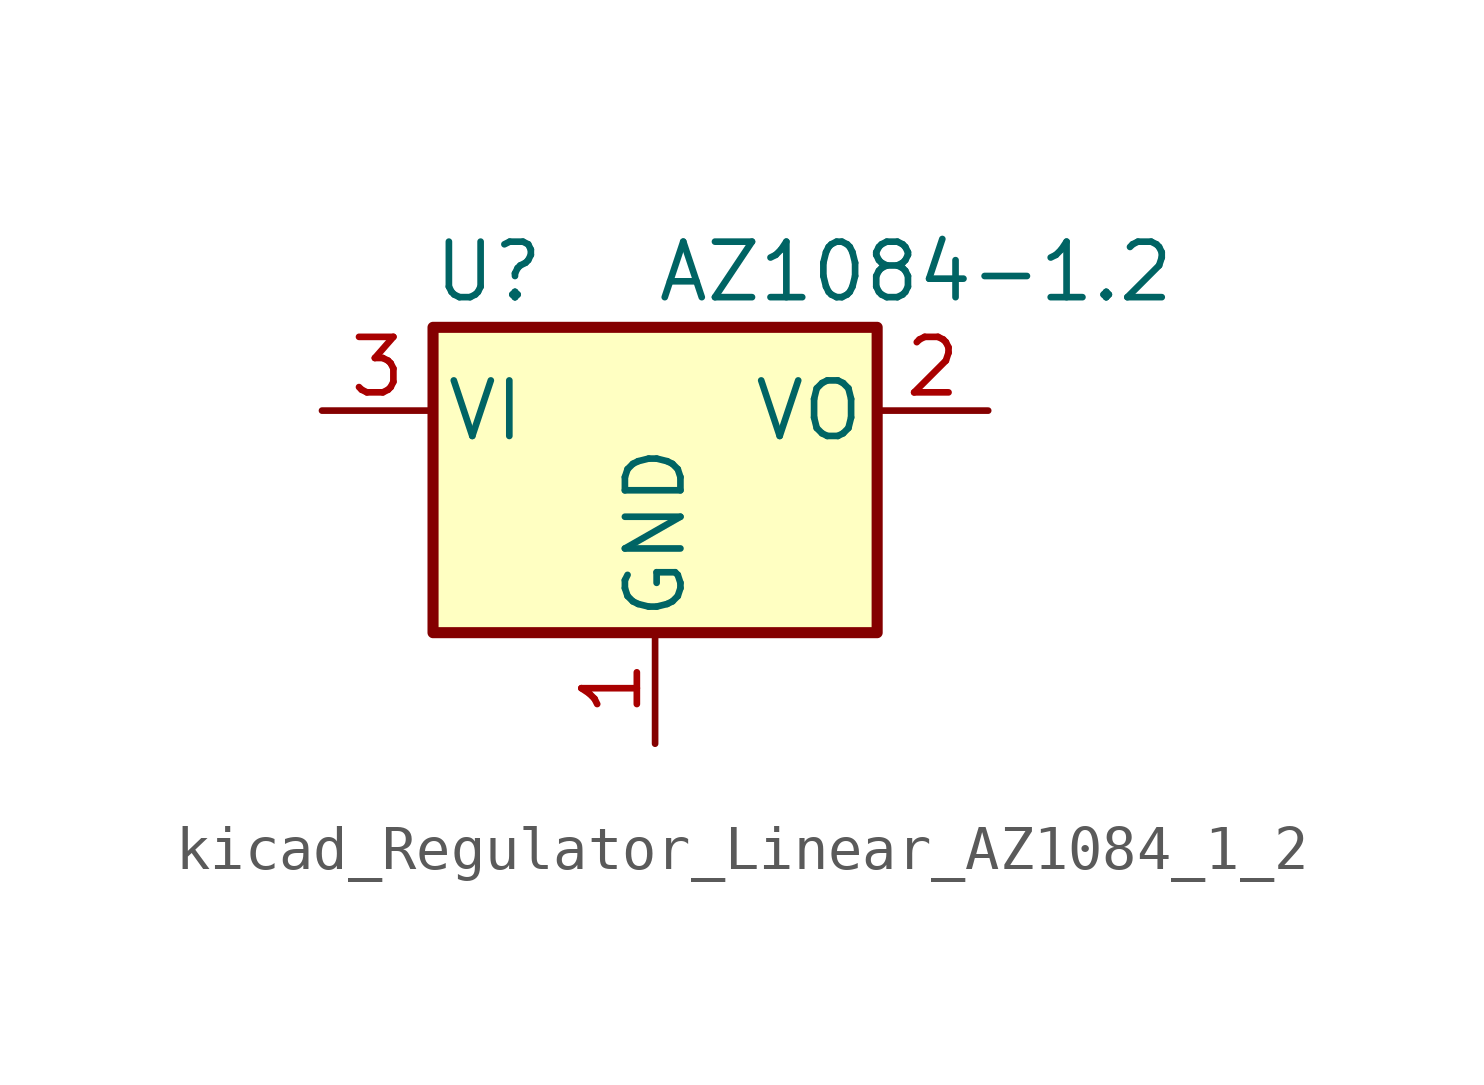
<source format=kicad_sym>
(kicad_symbol_lib
  (version 20220914)
  (generator kicad_symbol_editor)
  (symbol "kicad_Regulator_Linear_AZ1084_1_2"
    (pin_names
      (offset 0.254))
    (property "Reference" "U"
      (at -3.81 3.175 0)
      (effects (font (size 1.27 1.27))))
    (property "Value" "AZ1084-1.2"
      (at 0 3.175 0)
      (effects (font (size 1.27 1.27)) (justify left)))
    (symbol "kicad_Regulator_Linear_AZ1084_1_2_0_1"
      (rectangle (start -5.08 1.905) (end 5.08 -5.08) (stroke (width 0.254) (type default)) (fill (type background))))
    (symbol "kicad_Regulator_Linear_AZ1084_1_2_1_1"
      (pin power_in line (at 0 -7.62 90) (length 2.54) (name "GND" (effects (font (size 1.27 1.27)))) (number "1" (effects (font (size 1.27 1.27)))))
      (pin power_out line (at 7.62 0 180) (length 2.54) (name "VO" (effects (font (size 1.27 1.27)))) (number "2" (effects (font (size 1.27 1.27)))))
      (pin power_in line (at -7.62 0 0) (length 2.54) (name "VI" (effects (font (size 1.27 1.27)))) (number "3" (effects (font (size 1.27 1.27))))))))
</source>
